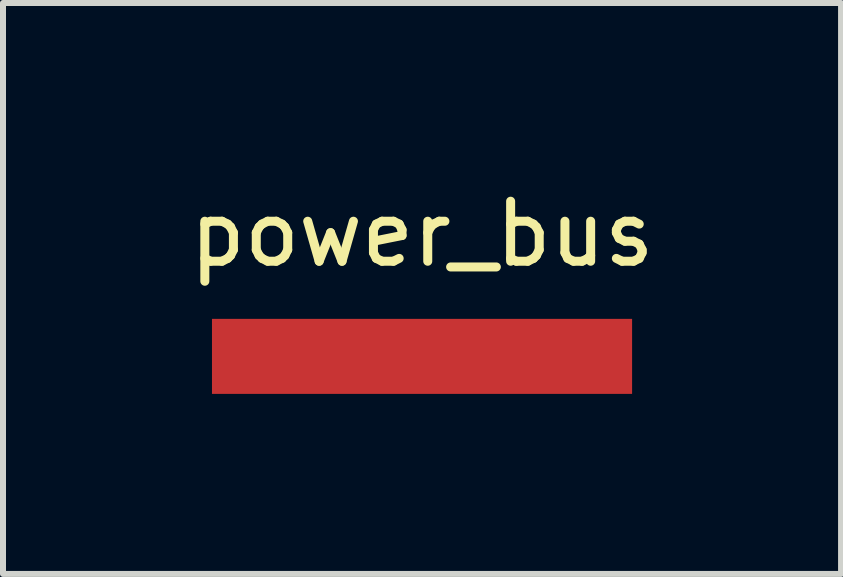
<source format=kicad_pcb>
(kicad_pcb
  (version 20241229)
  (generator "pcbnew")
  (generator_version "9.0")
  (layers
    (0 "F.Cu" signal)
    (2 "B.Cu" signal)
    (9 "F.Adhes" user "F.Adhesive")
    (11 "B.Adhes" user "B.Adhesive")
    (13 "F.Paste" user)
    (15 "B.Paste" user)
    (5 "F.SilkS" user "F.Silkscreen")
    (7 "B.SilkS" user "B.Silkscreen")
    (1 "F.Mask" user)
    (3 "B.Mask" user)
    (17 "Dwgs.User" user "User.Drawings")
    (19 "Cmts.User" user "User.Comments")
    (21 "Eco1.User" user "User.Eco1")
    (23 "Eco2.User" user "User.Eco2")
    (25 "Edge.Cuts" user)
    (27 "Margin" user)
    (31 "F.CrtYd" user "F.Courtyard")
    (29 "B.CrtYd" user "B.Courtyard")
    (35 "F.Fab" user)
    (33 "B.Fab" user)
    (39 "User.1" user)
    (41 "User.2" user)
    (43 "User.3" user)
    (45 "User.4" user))
  (footprint "power_bus"
    (layer "F.Cu")
    (at 3.982 0.348)
    (property "Reference" "power_bus" (at 0 0.5 0) (layer "F.SilkS") (effects (font (size 1 1) (thickness 0.15))))
    (attr through_hole)
    (pad "1" smd rect (at 0 2.54) (size 7 1.25) (layers "F.Cu" "F.Mask" "F.Paste")))
  (gr_rect
    (start -3 -3)
    (end 10.964 6.513)
    (stroke (width 0.1) (type default))
    (fill no)
    (layer "Edge.Cuts")))
</source>
